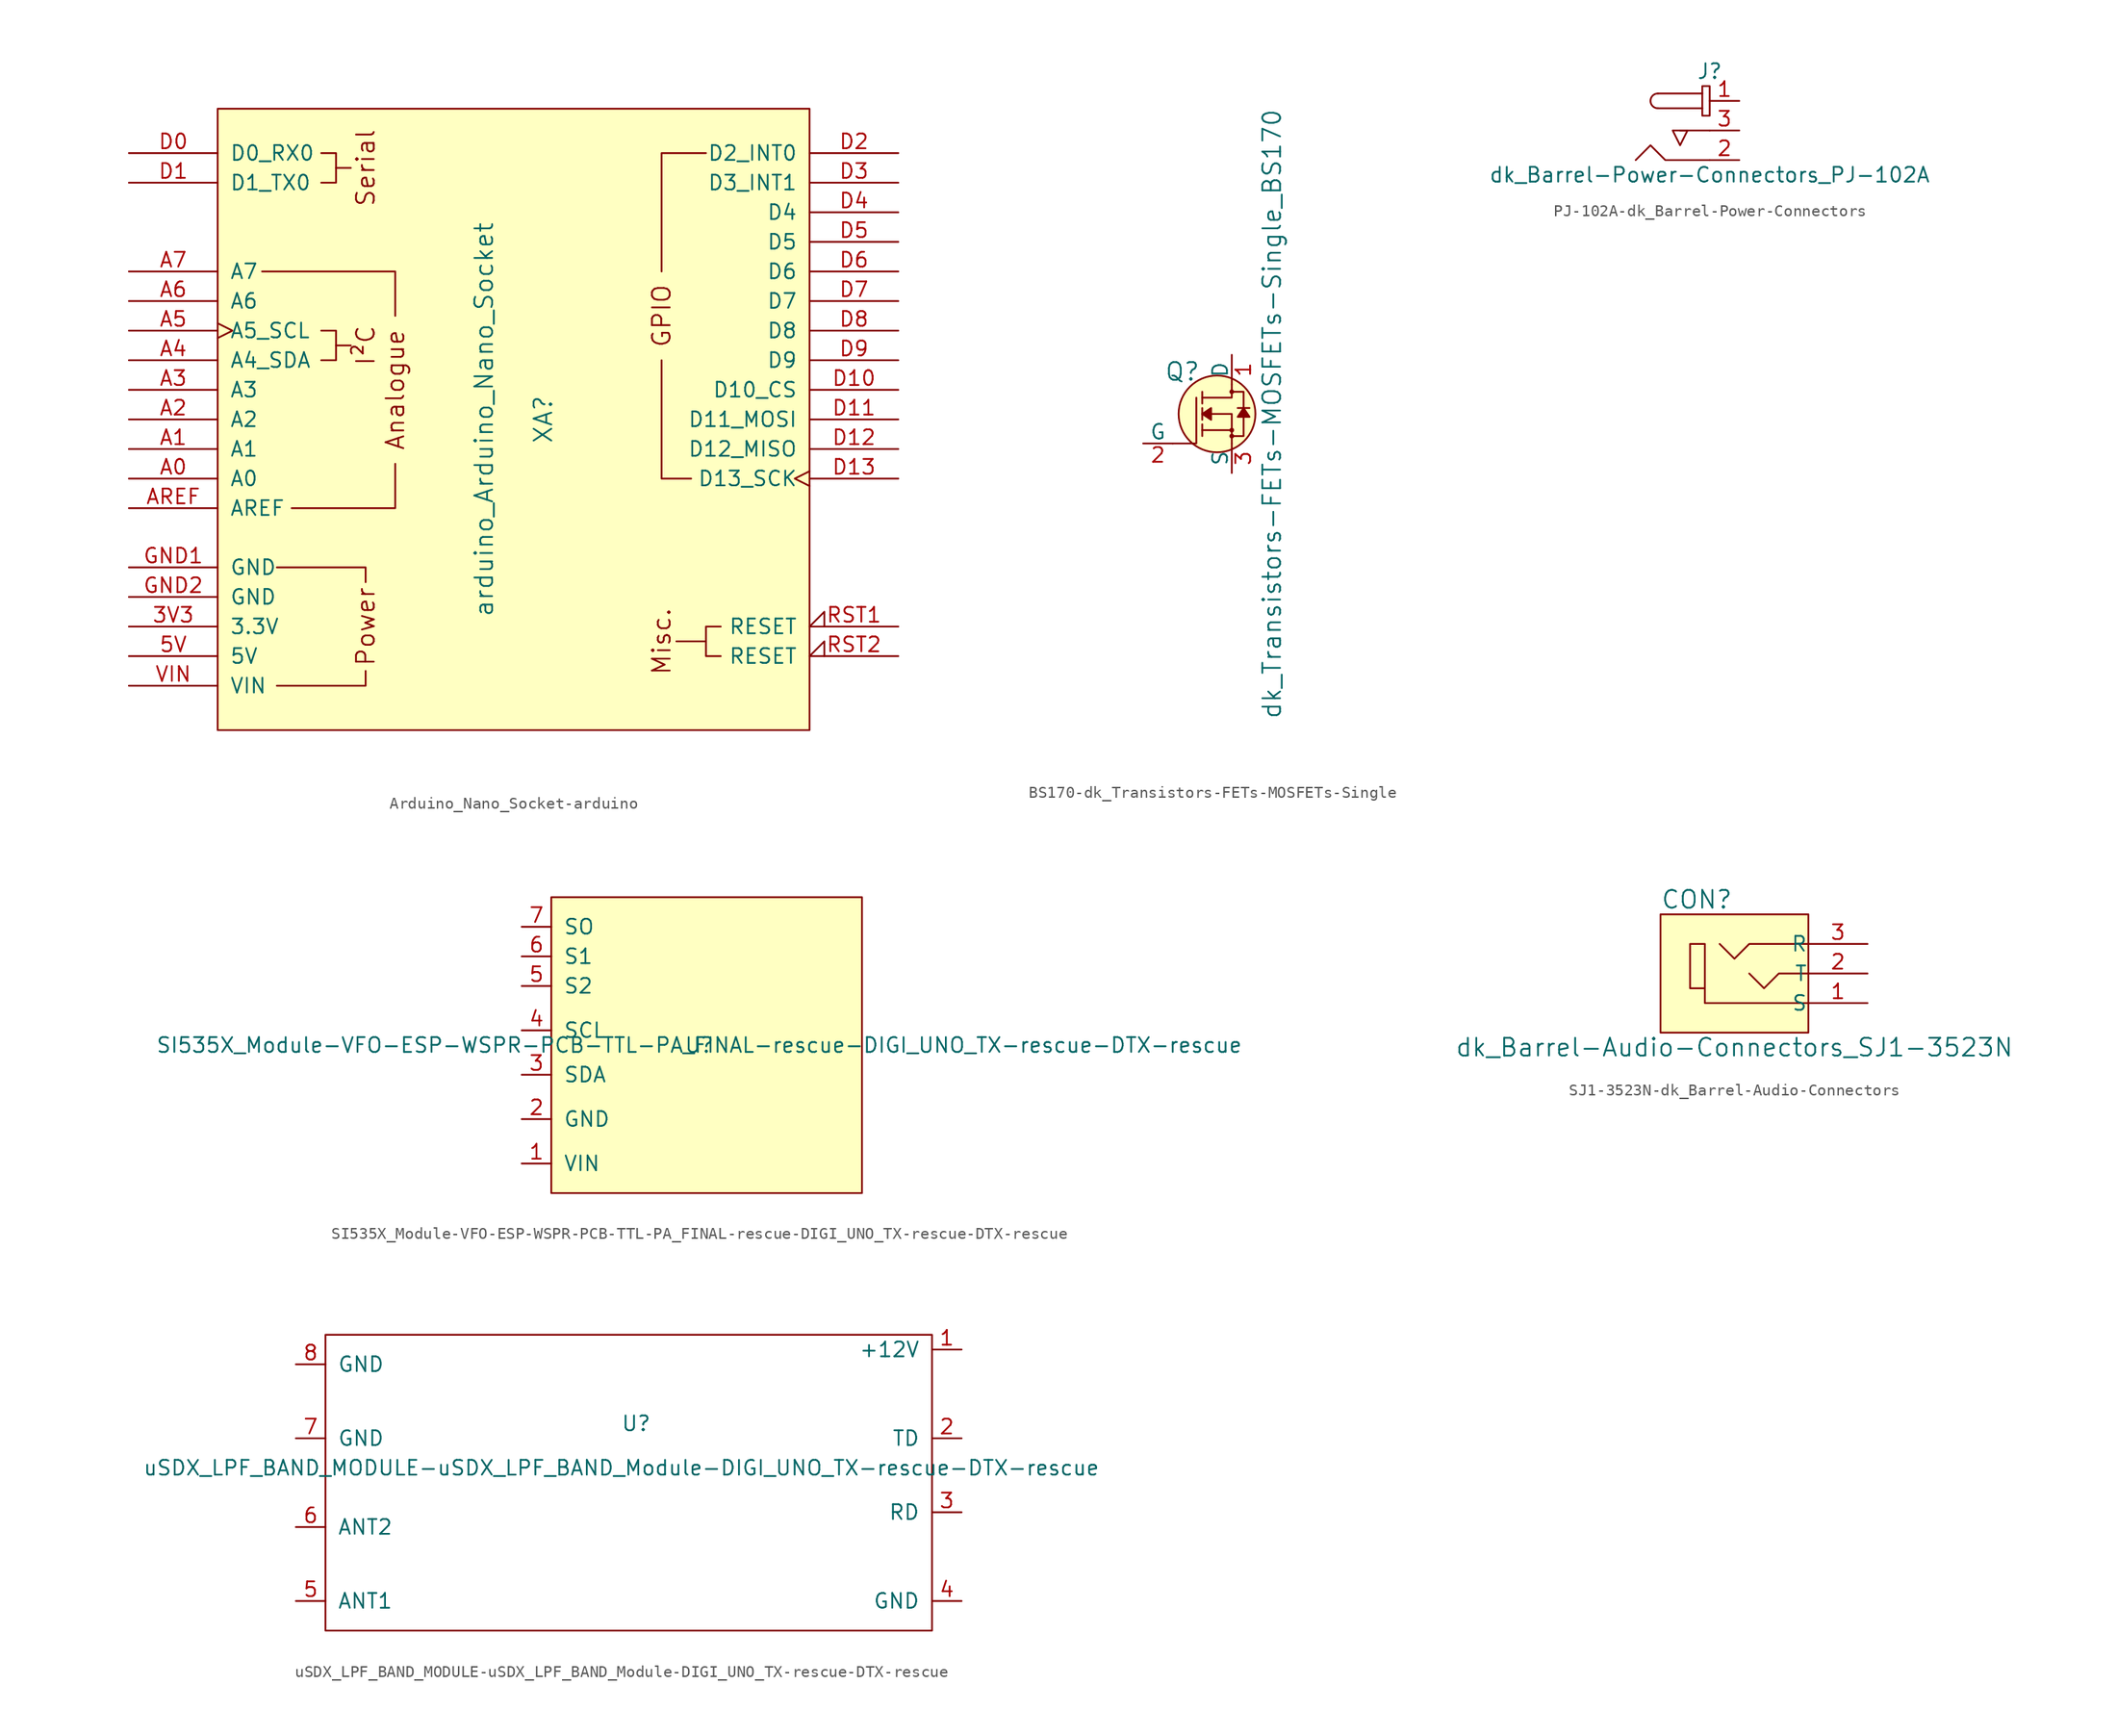
<source format=kicad_sym>
(kicad_symbol_lib
  (version 20231120)
  (generator "kicad_symbol_editor")
  (generator_version "8.0")
  (symbol "Arduino_Nano_Socket-arduino"
    (pin_names
      (offset 1.016))
    (property "Reference" "XA"
      (at 2.54 0 90)
      (effects (font (size 1.524 1.524))))
    (property "Value" "arduino_Arduino_Nano_Socket"
      (at -2.54 0 90)
      (effects (font (size 1.524 1.524))))
    (symbol "Arduino_Nano_Socket-arduino_0_0"
      (rectangle (start -25.4 26.67) (end 25.4 -26.67) (stroke (width 0) (type solid)) (fill (type background)))
      (polyline (pts (xy -15.24 6.35) (xy -13.97 6.35)) (stroke (width 0) (type solid)) (fill (type none)))
      (polyline (pts (xy -15.24 21.59) (xy -13.97 21.59)) (stroke (width 0) (type solid)) (fill (type none)))
      (polyline (pts (xy 16.51 -19.05) (xy 13.97 -19.05)) (stroke (width 0) (type solid)) (fill (type none)))
      (polyline (pts (xy -20.32 -22.86) (xy -12.7 -22.86) (xy -12.7 -21.59)) (stroke (width 0) (type solid)) (fill (type none)))
      (polyline (pts (xy -12.7 -13.97) (xy -12.7 -12.7) (xy -20.32 -12.7)) (stroke (width 0) (type solid)) (fill (type none)))
      (polyline (pts (xy -16.51 7.62) (xy -15.24 7.62) (xy -15.24 5.08) (xy -16.51 5.08)) (stroke (width 0) (type solid)) (fill (type none)))
      (polyline (pts (xy -16.51 22.86) (xy -15.24 22.86) (xy -15.24 20.32) (xy -16.51 20.32)) (stroke (width 0) (type solid)) (fill (type none)))
      (text "Analogue" (at -10.16 2.54 900) (effects (font (size 1.524 1.524))))
      (text "I²C" (at -12.7 6.35 900) (effects (font (size 1.524 1.524))))
      (text "Misc." (at 12.7 -19.05 900) (effects (font (size 1.524 1.524))))
      (text "Power" (at -12.7 -17.78 900) (effects (font (size 1.524 1.524))))
      (text "Serial" (at -12.7 21.59 900) (effects (font (size 1.524 1.524)))))
    (symbol "Arduino_Nano_Socket-arduino_0_1"
      (polyline (pts (xy -21.59 12.7) (xy -10.16 12.7) (xy -10.16 8.89)) (stroke (width 0) (type solid)) (fill (type none)))
      (polyline (pts (xy -19.05 -7.62) (xy -10.16 -7.62) (xy -10.16 -3.81)) (stroke (width 0) (type solid)) (fill (type none)))
      (polyline (pts (xy 15.24 -5.08) (xy 12.7 -5.08) (xy 12.7 5.08)) (stroke (width 0) (type solid)) (fill (type none)))
      (polyline (pts (xy 16.51 22.86) (xy 12.7 22.86) (xy 12.7 12.7)) (stroke (width 0) (type solid)) (fill (type none)))
      (polyline (pts (xy 17.78 -17.78) (xy 16.51 -17.78) (xy 16.51 -20.32) (xy 17.78 -20.32)) (stroke (width 0) (type solid)) (fill (type none))))
    (symbol "Arduino_Nano_Socket-arduino_1_0"
      (text "GPIO" (at 12.7 8.89 900) (effects (font (size 1.524 1.524)))))
    (symbol "Arduino_Nano_Socket-arduino_1_1"
      (pin power_in line (at -33.02 -17.78 0) (length 7.62) (name "3.3V" (effects (font (size 1.27 1.27)))) (number "3V3" (effects (font (size 1.27 1.27)))))
      (pin power_in line (at -33.02 -20.32 0) (length 7.62) (name "5V" (effects (font (size 1.27 1.27)))) (number "5V" (effects (font (size 1.27 1.27)))))
      (pin bidirectional line (at -33.02 -5.08 0) (length 7.62) (name "A0" (effects (font (size 1.27 1.27)))) (number "A0" (effects (font (size 1.27 1.27)))))
      (pin bidirectional line (at -33.02 -2.54 0) (length 7.62) (name "A1" (effects (font (size 1.27 1.27)))) (number "A1" (effects (font (size 1.27 1.27)))))
      (pin bidirectional line (at -33.02 0 0) (length 7.62) (name "A2" (effects (font (size 1.27 1.27)))) (number "A2" (effects (font (size 1.27 1.27)))))
      (pin bidirectional line (at -33.02 2.54 0) (length 7.62) (name "A3" (effects (font (size 1.27 1.27)))) (number "A3" (effects (font (size 1.27 1.27)))))
      (pin bidirectional line (at -33.02 5.08 0) (length 7.62) (name "A4_SDA" (effects (font (size 1.27 1.27)))) (number "A4" (effects (font (size 1.27 1.27)))))
      (pin bidirectional clock (at -33.02 7.62 0) (length 7.62) (name "A5_SCL" (effects (font (size 1.27 1.27)))) (number "A5" (effects (font (size 1.27 1.27)))))
      (pin input line (at -33.02 10.16 0) (length 7.62) (name "A6" (effects (font (size 1.27 1.27)))) (number "A6" (effects (font (size 1.27 1.27)))))
      (pin input line (at -33.02 12.7 0) (length 7.62) (name "A7" (effects (font (size 1.27 1.27)))) (number "A7" (effects (font (size 1.27 1.27)))))
      (pin input line (at -33.02 -7.62 0) (length 7.62) (name "AREF" (effects (font (size 1.27 1.27)))) (number "AREF" (effects (font (size 1.27 1.27)))))
      (pin bidirectional line (at -33.02 22.86 0) (length 7.62) (name "D0_RX0" (effects (font (size 1.27 1.27)))) (number "D0" (effects (font (size 1.27 1.27)))))
      (pin bidirectional line (at -33.02 20.32 0) (length 7.62) (name "D1_TX0" (effects (font (size 1.27 1.27)))) (number "D1" (effects (font (size 1.27 1.27)))))
      (pin bidirectional line (at 33.02 2.54 180) (length 7.62) (name "D10_CS" (effects (font (size 1.27 1.27)))) (number "D10" (effects (font (size 1.27 1.27)))))
      (pin bidirectional line (at 33.02 0 180) (length 7.62) (name "D11_MOSI" (effects (font (size 1.27 1.27)))) (number "D11" (effects (font (size 1.27 1.27)))))
      (pin bidirectional line (at 33.02 -2.54 180) (length 7.62) (name "D12_MISO" (effects (font (size 1.27 1.27)))) (number "D12" (effects (font (size 1.27 1.27)))))
      (pin bidirectional clock (at 33.02 -5.08 180) (length 7.62) (name "D13_SCK" (effects (font (size 1.27 1.27)))) (number "D13" (effects (font (size 1.27 1.27)))))
      (pin bidirectional line (at 33.02 22.86 180) (length 7.62) (name "D2_INT0" (effects (font (size 1.27 1.27)))) (number "D2" (effects (font (size 1.27 1.27)))))
      (pin bidirectional line (at 33.02 20.32 180) (length 7.62) (name "D3_INT1" (effects (font (size 1.27 1.27)))) (number "D3" (effects (font (size 1.27 1.27)))))
      (pin bidirectional line (at 33.02 17.78 180) (length 7.62) (name "D4" (effects (font (size 1.27 1.27)))) (number "D4" (effects (font (size 1.27 1.27)))))
      (pin bidirectional line (at 33.02 15.24 180) (length 7.62) (name "D5" (effects (font (size 1.27 1.27)))) (number "D5" (effects (font (size 1.27 1.27)))))
      (pin bidirectional line (at 33.02 12.7 180) (length 7.62) (name "D6" (effects (font (size 1.27 1.27)))) (number "D6" (effects (font (size 1.27 1.27)))))
      (pin bidirectional line (at 33.02 10.16 180) (length 7.62) (name "D7" (effects (font (size 1.27 1.27)))) (number "D7" (effects (font (size 1.27 1.27)))))
      (pin bidirectional line (at 33.02 7.62 180) (length 7.62) (name "D8" (effects (font (size 1.27 1.27)))) (number "D8" (effects (font (size 1.27 1.27)))))
      (pin bidirectional line (at 33.02 5.08 180) (length 7.62) (name "D9" (effects (font (size 1.27 1.27)))) (number "D9" (effects (font (size 1.27 1.27)))))
      (pin power_in line (at -33.02 -12.7 0) (length 7.62) (name "GND" (effects (font (size 1.27 1.27)))) (number "GND1" (effects (font (size 1.27 1.27)))))
      (pin power_in line (at -33.02 -15.24 0) (length 7.62) (name "GND" (effects (font (size 1.27 1.27)))) (number "GND2" (effects (font (size 1.27 1.27)))))
      (pin open_collector input_low (at 33.02 -17.78 180) (length 7.62) (name "RESET" (effects (font (size 1.27 1.27)))) (number "RST1" (effects (font (size 1.27 1.27)))))
      (pin open_collector input_low (at 33.02 -20.32 180) (length 7.62) (name "RESET" (effects (font (size 1.27 1.27)))) (number "RST2" (effects (font (size 1.27 1.27)))))
      (pin power_in line (at -33.02 -22.86 0) (length 7.62) (name "VIN" (effects (font (size 1.27 1.27)))) (number "VIN" (effects (font (size 1.27 1.27)))))))
  (symbol "BS170-dk_Transistors-FETs-MOSFETs-Single"
    (pin_names
      (offset 0))
    (property "Reference" "Q"
      (at -2.692 3.632 0)
      (effects (font (size 1.524 1.524)) (justify right)))
    (property "Value" "dk_Transistors-FETs-MOSFETs-Single_BS170"
      (at 3.454 0 90)
      (effects (font (size 1.524 1.524))))
    (symbol "BS170-dk_Transistors-FETs-MOSFETs-Single_0_1"
      (circle (center -1.27 0) (radius 3.302) (stroke (width 0) (type solid)) (fill (type background)))
      (circle (center 0 -1.905) (radius 0.127) (stroke (width 0) (type solid)) (fill (type none)))
      (circle (center 0 -1.397) (radius 0.127) (stroke (width 0) (type solid)) (fill (type none)))
      (polyline (pts (xy 0 -1.397) (xy -2.54 -1.397)) (stroke (width 0) (type solid)) (fill (type none)))
      (polyline (pts (xy -5.08 -2.54) (xy -3.048 -2.54) (xy -3.048 1.397)) (stroke (width 0) (type solid)) (fill (type none)))
      (polyline (pts (xy 0 -2.54) (xy 0 0) (xy -2.54 0)) (stroke (width 0) (type solid)) (fill (type none)))
      (polyline (pts (xy 0 2.54) (xy 0 1.397) (xy -2.54 1.397)) (stroke (width 0) (type solid)) (fill (type none)))
      (polyline (pts (xy -0.127 -1.905) (xy 1.016 -1.905) (xy 1.016 1.397) (xy 1.016 1.905) (xy -0.127 1.905)) (stroke (width 0) (type solid)) (fill (type none)))
      (circle (center 0 1.905) (radius 0.127) (stroke (width 0) (type solid)) (fill (type none))))
    (symbol "BS170-dk_Transistors-FETs-MOSFETs-Single_1_1"
      (polyline (pts (xy -2.54 -1.397) (xy -2.54 -1.905)) (stroke (width 0) (type solid)) (fill (type none)))
      (polyline (pts (xy -2.54 -1.397) (xy -2.54 -0.889)) (stroke (width 0) (type solid)) (fill (type none)))
      (polyline (pts (xy -2.54 0) (xy -2.54 -0.508)) (stroke (width 0) (type solid)) (fill (type none)))
      (polyline (pts (xy -2.54 0) (xy -2.54 0.508)) (stroke (width 0) (type solid)) (fill (type none)))
      (polyline (pts (xy -2.54 1.905) (xy -2.54 0.889)) (stroke (width 0) (type solid)) (fill (type none)))
      (polyline (pts (xy 1.524 0.508) (xy 0.508 0.508)) (stroke (width 0) (type solid)) (fill (type none)))
      (polyline (pts (xy -2.54 0) (xy -1.778 0.508) (xy -1.778 -0.508) (xy -2.54 0)) (stroke (width 0) (type solid)) (fill (type outline)))
      (polyline (pts (xy 1.016 0.508) (xy 0.508 -0.254) (xy 1.524 -0.254) (xy 1.016 0.508)) (stroke (width 0) (type solid)) (fill (type outline)))
      (pin bidirectional line (at 0 5.08 270) (length 2.54) (name "D" (effects (font (size 1.27 1.27)))) (number "1" (effects (font (size 1.27 1.27)))))
      (pin bidirectional line (at -7.62 -2.54 0) (length 2.54) (name "G" (effects (font (size 1.27 1.27)))) (number "2" (effects (font (size 1.27 1.27)))))
      (pin bidirectional line (at 0 -5.08 90) (length 2.54) (name "S" (effects (font (size 1.27 1.27)))) (number "3" (effects (font (size 1.27 1.27)))))))
  (symbol "PJ-102A-dk_Barrel-Power-Connectors"
    (pin_names
      (offset 1.016))
    (property "Reference" "J"
      (at 0 2.54 0)
      (effects (font (size 1.27 1.27))))
    (property "Value" "dk_Barrel-Power-Connectors_PJ-102A"
      (at 0 -6.35 0)
      (effects (font (size 1.27 1.27))))
    (symbol "PJ-102A-dk_Barrel-Power-Connectors_0_1"
      (arc (start -4.445 0.635) (mid -5.08 0) (end -4.445 -0.635) (stroke (width 0) (type solid)) (fill (type none)))
      (rectangle (start -0.635 1.27) (end 0 -1.27) (stroke (width 0) (type solid)) (fill (type none)))
      (polyline (pts (xy -0.635 -0.635) (xy -4.445 -0.635)) (stroke (width 0) (type solid)) (fill (type none)))
      (polyline (pts (xy -0.635 0.635) (xy -4.445 0.635)) (stroke (width 0) (type solid)) (fill (type none)))
      (polyline (pts (xy 0 -2.54) (xy -1.27 -2.54) (xy -2.54 -2.54)) (stroke (width 0) (type solid)) (fill (type none)))
      (polyline (pts (xy 0 -5.08) (xy -3.81 -5.08) (xy -5.08 -3.81) (xy -6.35 -5.08)) (stroke (width 0) (type solid)) (fill (type none)))
      (polyline (pts (xy -2.54 -2.54) (xy -3.175 -2.54) (xy -2.54 -3.81) (xy -1.905 -2.54) (xy -2.54 -2.54)) (stroke (width 0) (type solid)) (fill (type none))))
    (symbol "PJ-102A-dk_Barrel-Power-Connectors_1_1"
      (pin passive line (at 2.54 0 180) (length 2.54) (name "~" (effects (font (size 1.27 1.27)))) (number "1" (effects (font (size 1.27 1.27)))))
      (pin passive line (at 2.54 -5.08 180) (length 2.54) (name "~" (effects (font (size 1.27 1.27)))) (number "2" (effects (font (size 1.27 1.27)))))
      (pin passive line (at 2.54 -2.54 180) (length 2.54) (name "~" (effects (font (size 1.27 1.27)))) (number "3" (effects (font (size 1.27 1.27)))))))
  (symbol "SI535X_Module-VFO-ESP-WSPR-PCB-TTL-PA_FINAL-rescue-DIGI_UNO_TX-rescue-DTX-rescue"
    (pin_names
      (offset 1.016))
    (property "Reference" "U"
      (at 0 0 0)
      (effects (font (size 1.27 1.27))))
    (property "Value" "SI535X_Module-VFO-ESP-WSPR-PCB-TTL-PA_FINAL-rescue-DIGI_UNO_TX-rescue-DTX-rescue"
      (at 0 0 0)
      (effects (font (size 1.27 1.27))))
    (symbol "SI535X_Module-VFO-ESP-WSPR-PCB-TTL-PA_FINAL-rescue-DIGI_UNO_TX-rescue-DTX-rescue_0_1"
      (rectangle (start -12.7 12.7) (end 13.97 -12.7) (stroke (width 0) (type solid)) (fill (type background))))
    (symbol "SI535X_Module-VFO-ESP-WSPR-PCB-TTL-PA_FINAL-rescue-DIGI_UNO_TX-rescue-DTX-rescue_1_1"
      (pin input line (at -15.24 -10.16 0) (length 2.54) (name "VIN" (effects (font (size 1.27 1.27)))) (number "1" (effects (font (size 1.27 1.27)))))
      (pin input line (at -15.24 -6.35 0) (length 2.54) (name "GND" (effects (font (size 1.27 1.27)))) (number "2" (effects (font (size 1.27 1.27)))))
      (pin input line (at -15.24 -2.54 0) (length 2.54) (name "SDA" (effects (font (size 1.27 1.27)))) (number "3" (effects (font (size 1.27 1.27)))))
      (pin input line (at -15.24 1.27 0) (length 2.54) (name "SCL" (effects (font (size 1.27 1.27)))) (number "4" (effects (font (size 1.27 1.27)))))
      (pin input line (at -15.24 5.08 0) (length 2.54) (name "S2" (effects (font (size 1.27 1.27)))) (number "5" (effects (font (size 1.27 1.27)))))
      (pin input line (at -15.24 7.62 0) (length 2.54) (name "S1" (effects (font (size 1.27 1.27)))) (number "6" (effects (font (size 1.27 1.27)))))
      (pin input line (at -15.24 10.16 0) (length 2.54) (name "SO" (effects (font (size 1.27 1.27)))) (number "7" (effects (font (size 1.27 1.27)))))))
  (symbol "SJ1-3523N-dk_Barrel-Audio-Connectors"
    (pin_names
      (offset 0.051))
    (property "Reference" "CON"
      (at -7.62 6.35 0)
      (effects (font (size 1.524 1.524)) (justify left)))
    (property "Value" "dk_Barrel-Audio-Connectors_SJ1-3523N"
      (at -1.27 -6.35 0)
      (effects (font (size 1.524 1.524))))
    (symbol "SJ1-3523N-dk_Barrel-Audio-Connectors_0_1"
      (polyline (pts (xy 5.08 0) (xy 2.54 0) (xy 1.27 -1.27) (xy 0 0)) (stroke (width 0) (type solid)) (fill (type none)))
      (polyline (pts (xy 5.08 2.54) (xy 0 2.54) (xy -1.27 1.27) (xy -2.54 2.54)) (stroke (width 0) (type solid)) (fill (type none)))
      (polyline (pts (xy 5.08 -2.54) (xy -3.81 -2.54) (xy -3.81 2.54) (xy -5.08 2.54) (xy -5.08 -1.27) (xy -3.81 -1.27)) (stroke (width 0) (type solid)) (fill (type none)))
      (rectangle (start 5.08 5.08) (end -7.62 -5.08) (stroke (width 0) (type solid)) (fill (type background))))
    (symbol "SJ1-3523N-dk_Barrel-Audio-Connectors_1_1"
      (pin passive line (at 10.16 -2.54 180) (length 5.08) (name "S" (effects (font (size 1.27 1.27)))) (number "1" (effects (font (size 1.27 1.27)))))
      (pin passive line (at 10.16 0 180) (length 5.08) (name "T" (effects (font (size 1.27 1.27)))) (number "2" (effects (font (size 1.27 1.27)))))
      (pin passive line (at 10.16 2.54 180) (length 5.08) (name "R" (effects (font (size 1.27 1.27)))) (number "3" (effects (font (size 1.27 1.27)))))))
  (symbol "uSDX_LPF_BAND_MODULE-uSDX_LPF_BAND_Module-DIGI_UNO_TX-rescue-DTX-rescue"
    (pin_names
      (offset 1.016))
    (property "Reference" "U"
      (at 0 5.08 0)
      (effects (font (size 1.27 1.27))))
    (property "Value" "uSDX_LPF_BAND_MODULE-uSDX_LPF_BAND_Module-DIGI_UNO_TX-rescue-DTX-rescue"
      (at -1.27 1.27 0)
      (effects (font (size 1.27 1.27))))
    (symbol "uSDX_LPF_BAND_MODULE-uSDX_LPF_BAND_Module-DIGI_UNO_TX-rescue-DTX-rescue_0_1"
      (polyline (pts (xy -25.4 12.7) (xy 25.4 12.7) (xy 25.4 -12.7) (xy -26.67 -12.7) (xy -26.67 12.7) (xy -25.4 12.7)) (stroke (width 0) (type solid)) (fill (type none))))
    (symbol "uSDX_LPF_BAND_MODULE-uSDX_LPF_BAND_Module-DIGI_UNO_TX-rescue-DTX-rescue_1_1"
      (pin input line (at 27.94 11.43 180) (length 2.54) (name "+12V" (effects (font (size 1.27 1.27)))) (number "1" (effects (font (size 1.27 1.27)))))
      (pin input line (at 27.94 3.81 180) (length 2.54) (name "TD" (effects (font (size 1.27 1.27)))) (number "2" (effects (font (size 1.27 1.27)))))
      (pin input line (at 27.94 -2.54 180) (length 2.54) (name "RD" (effects (font (size 1.27 1.27)))) (number "3" (effects (font (size 1.27 1.27)))))
      (pin input line (at 27.94 -10.16 180) (length 2.54) (name "GND" (effects (font (size 1.27 1.27)))) (number "4" (effects (font (size 1.27 1.27)))))
      (pin input line (at -29.21 -10.16 0) (length 2.54) (name "ANT1" (effects (font (size 1.27 1.27)))) (number "5" (effects (font (size 1.27 1.27)))))
      (pin input line (at -29.21 -3.81 0) (length 2.54) (name "ANT2" (effects (font (size 1.27 1.27)))) (number "6" (effects (font (size 1.27 1.27)))))
      (pin input line (at -29.21 3.81 0) (length 2.54) (name "GND" (effects (font (size 1.27 1.27)))) (number "7" (effects (font (size 1.27 1.27)))))
      (pin input line (at -29.21 10.16 0) (length 2.54) (name "GND" (effects (font (size 1.27 1.27)))) (number "8" (effects (font (size 1.27 1.27))))))))
</source>
